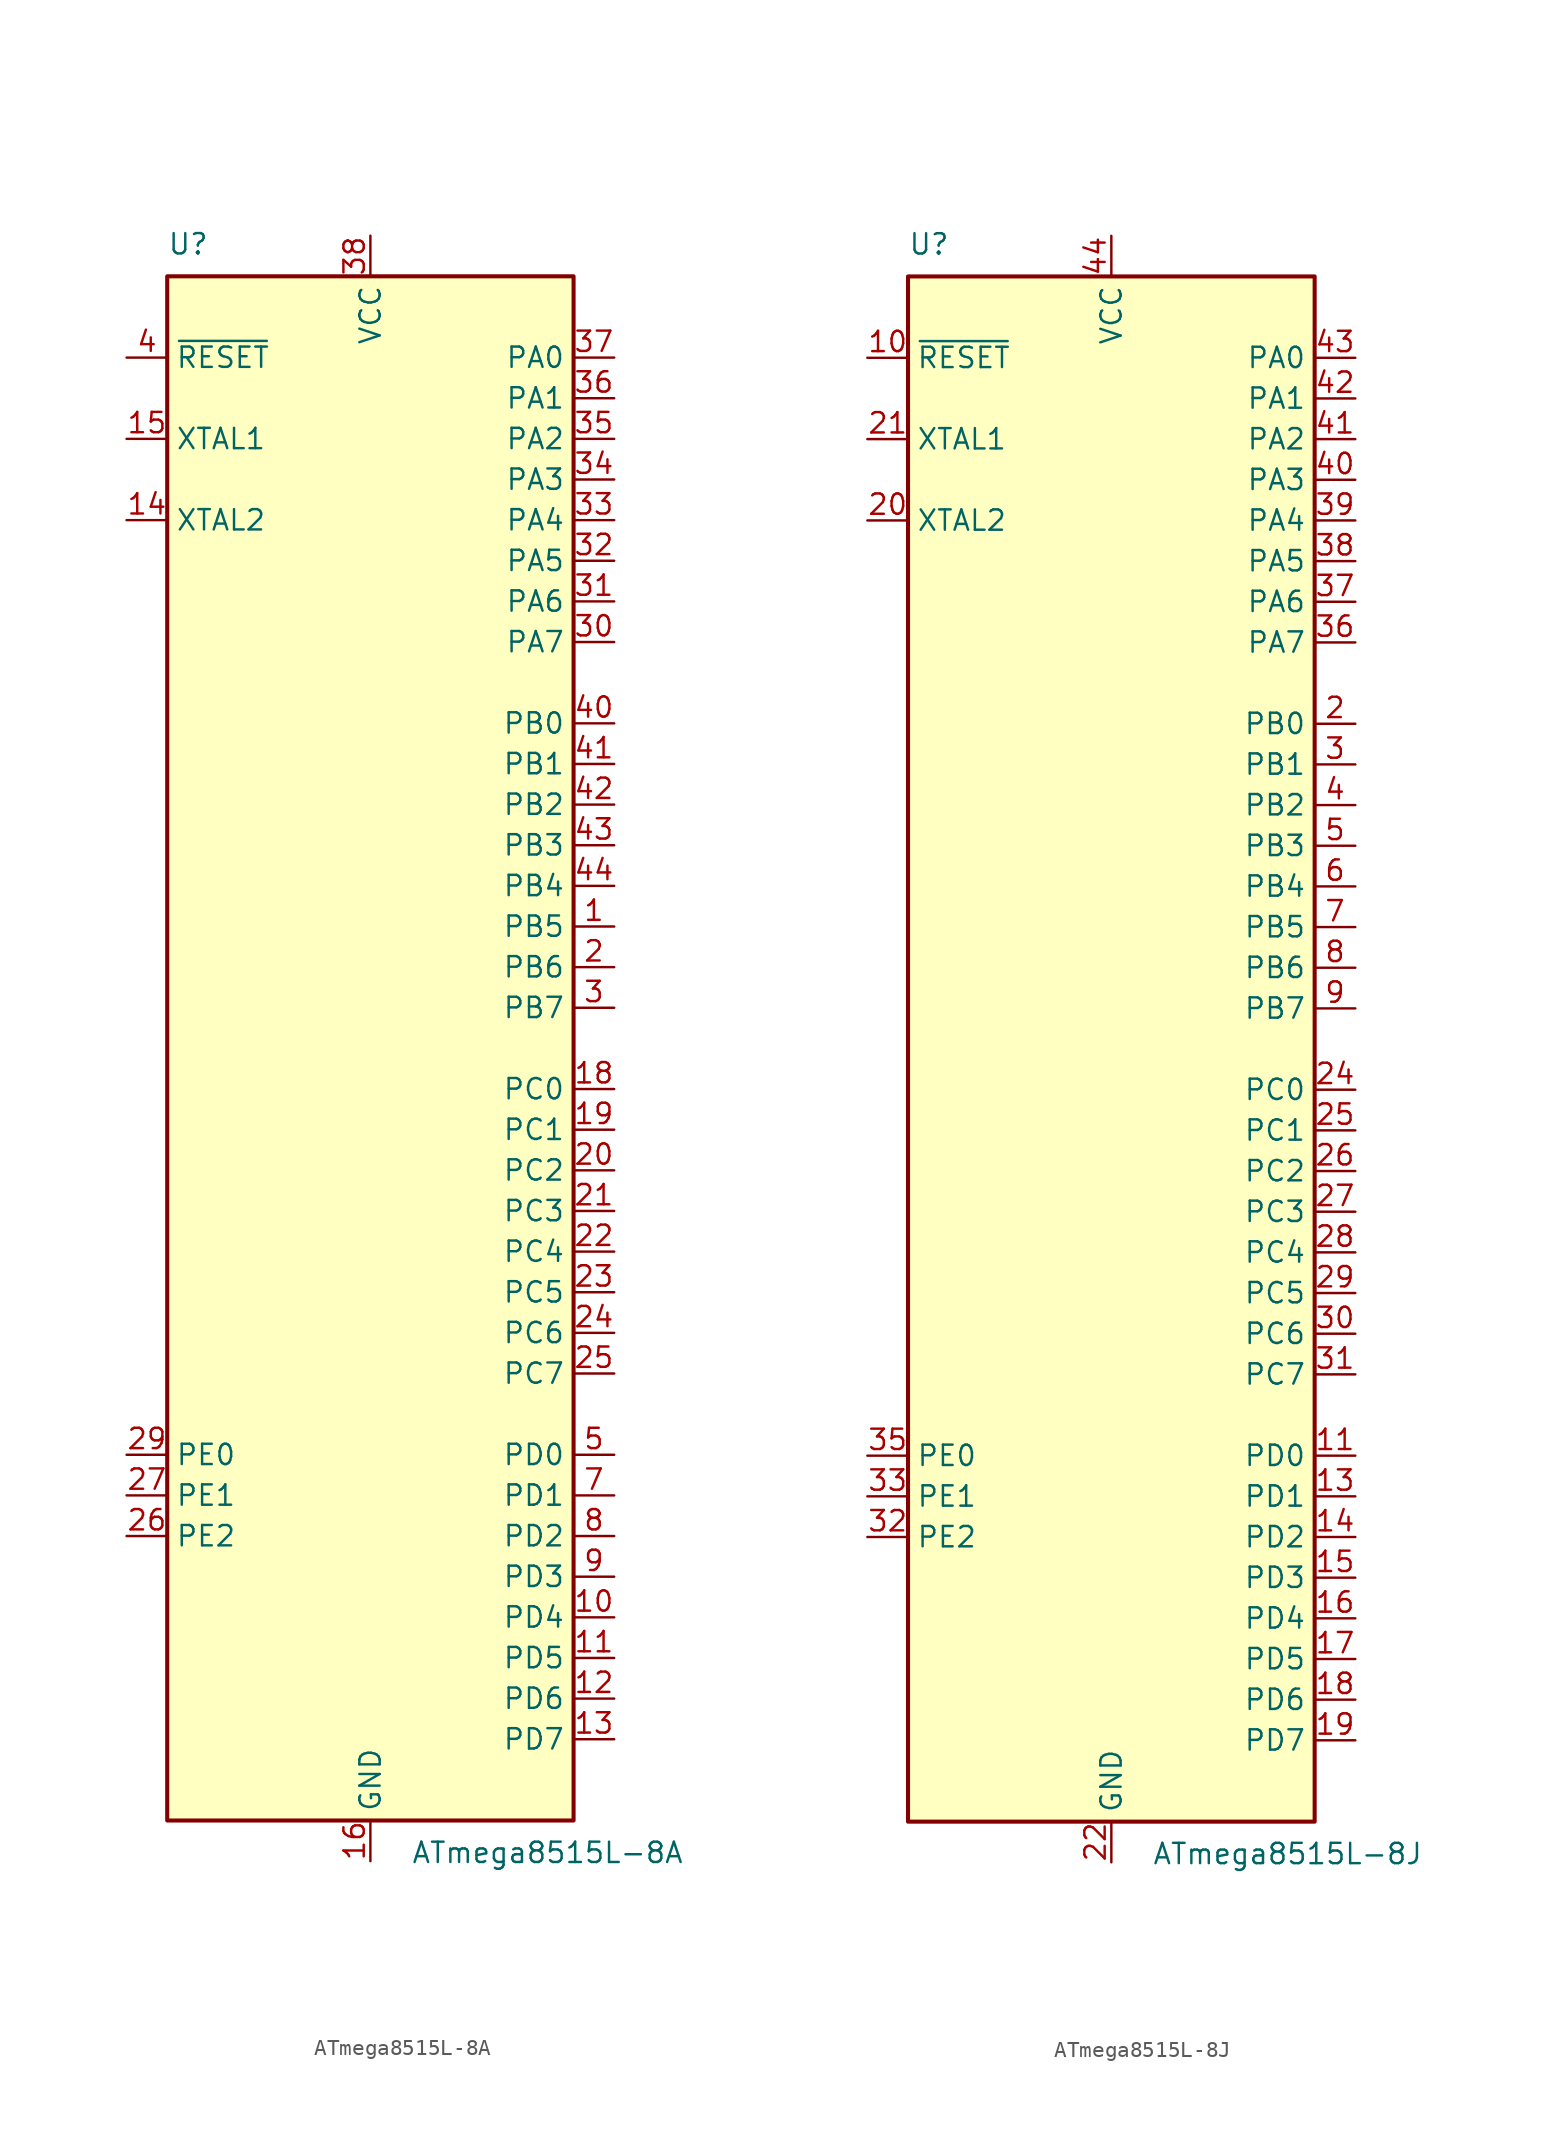
<source format=kicad_sym>
(kicad_symbol_lib
  (version 20200908)
  (generator kicad_symbol_editor)
  (symbol "MCU_Microchip_ATmega:ATmega8515L-8A"
    (property "Reference" "U"
      (at -12.7 49.53 0)
      (effects (font (size 1.27 1.27)) (justify left bottom)))
    (property "Value" "ATmega8515L-8A"
      (at 2.54 -49.53 0)
      (effects (font (size 1.27 1.27)) (justify left top)))
    (symbol "ATmega8515L-8A_0_1"
      (rectangle (start -12.7 -48.26) (end 12.7 48.26) (stroke (width 0.254)) (fill (type background))))
    (symbol "ATmega8515L-8A_1_1"
      (pin bidirectional line (at 15.24 7.62 180) (length 2.54) (name "PB5" (effects (font (size 1.27 1.27)))) (number "1" (effects (font (size 1.27 1.27)))))
      (pin bidirectional line (at 15.24 -35.56 180) (length 2.54) (name "PD4" (effects (font (size 1.27 1.27)))) (number "10" (effects (font (size 1.27 1.27)))))
      (pin bidirectional line (at 15.24 -38.1 180) (length 2.54) (name "PD5" (effects (font (size 1.27 1.27)))) (number "11" (effects (font (size 1.27 1.27)))))
      (pin bidirectional line (at 15.24 -40.64 180) (length 2.54) (name "PD6" (effects (font (size 1.27 1.27)))) (number "12" (effects (font (size 1.27 1.27)))))
      (pin bidirectional line (at 15.24 -43.18 180) (length 2.54) (name "PD7" (effects (font (size 1.27 1.27)))) (number "13" (effects (font (size 1.27 1.27)))))
      (pin output line (at -15.24 33.02 0) (length 2.54) (name "XTAL2" (effects (font (size 1.27 1.27)))) (number "14" (effects (font (size 1.27 1.27)))))
      (pin input line (at -15.24 38.1 0) (length 2.54) (name "XTAL1" (effects (font (size 1.27 1.27)))) (number "15" (effects (font (size 1.27 1.27)))))
      (pin power_in line (at 0 -50.8 90) (length 2.54) (name "GND" (effects (font (size 1.27 1.27)))) (number "16" (effects (font (size 1.27 1.27)))))
      (pin unconnected line (at -12.7 -40.64 0) (length 2.54) hide (name "NC" (effects (font (size 1.27 1.27)))) (number "17" (effects (font (size 1.27 1.27)))))
      (pin bidirectional line (at 15.24 -2.54 180) (length 2.54) (name "PC0" (effects (font (size 1.27 1.27)))) (number "18" (effects (font (size 1.27 1.27)))))
      (pin bidirectional line (at 15.24 -5.08 180) (length 2.54) (name "PC1" (effects (font (size 1.27 1.27)))) (number "19" (effects (font (size 1.27 1.27)))))
      (pin bidirectional line (at 15.24 5.08 180) (length 2.54) (name "PB6" (effects (font (size 1.27 1.27)))) (number "2" (effects (font (size 1.27 1.27)))))
      (pin bidirectional line (at 15.24 -7.62 180) (length 2.54) (name "PC2" (effects (font (size 1.27 1.27)))) (number "20" (effects (font (size 1.27 1.27)))))
      (pin bidirectional line (at 15.24 -10.16 180) (length 2.54) (name "PC3" (effects (font (size 1.27 1.27)))) (number "21" (effects (font (size 1.27 1.27)))))
      (pin bidirectional line (at 15.24 -12.7 180) (length 2.54) (name "PC4" (effects (font (size 1.27 1.27)))) (number "22" (effects (font (size 1.27 1.27)))))
      (pin bidirectional line (at 15.24 -15.24 180) (length 2.54) (name "PC5" (effects (font (size 1.27 1.27)))) (number "23" (effects (font (size 1.27 1.27)))))
      (pin bidirectional line (at 15.24 -17.78 180) (length 2.54) (name "PC6" (effects (font (size 1.27 1.27)))) (number "24" (effects (font (size 1.27 1.27)))))
      (pin bidirectional line (at 15.24 -20.32 180) (length 2.54) (name "PC7" (effects (font (size 1.27 1.27)))) (number "25" (effects (font (size 1.27 1.27)))))
      (pin bidirectional line (at -15.24 -30.48 0) (length 2.54) (name "PE2" (effects (font (size 1.27 1.27)))) (number "26" (effects (font (size 1.27 1.27)))))
      (pin bidirectional line (at -15.24 -27.94 0) (length 2.54) (name "PE1" (effects (font (size 1.27 1.27)))) (number "27" (effects (font (size 1.27 1.27)))))
      (pin unconnected line (at -12.7 -43.18 0) (length 2.54) hide (name "NC" (effects (font (size 1.27 1.27)))) (number "28" (effects (font (size 1.27 1.27)))))
      (pin bidirectional line (at -15.24 -25.4 0) (length 2.54) (name "PE0" (effects (font (size 1.27 1.27)))) (number "29" (effects (font (size 1.27 1.27)))))
      (pin bidirectional line (at 15.24 2.54 180) (length 2.54) (name "PB7" (effects (font (size 1.27 1.27)))) (number "3" (effects (font (size 1.27 1.27)))))
      (pin bidirectional line (at 15.24 25.4 180) (length 2.54) (name "PA7" (effects (font (size 1.27 1.27)))) (number "30" (effects (font (size 1.27 1.27)))))
      (pin bidirectional line (at 15.24 27.94 180) (length 2.54) (name "PA6" (effects (font (size 1.27 1.27)))) (number "31" (effects (font (size 1.27 1.27)))))
      (pin bidirectional line (at 15.24 30.48 180) (length 2.54) (name "PA5" (effects (font (size 1.27 1.27)))) (number "32" (effects (font (size 1.27 1.27)))))
      (pin bidirectional line (at 15.24 33.02 180) (length 2.54) (name "PA4" (effects (font (size 1.27 1.27)))) (number "33" (effects (font (size 1.27 1.27)))))
      (pin bidirectional line (at 15.24 35.56 180) (length 2.54) (name "PA3" (effects (font (size 1.27 1.27)))) (number "34" (effects (font (size 1.27 1.27)))))
      (pin bidirectional line (at 15.24 38.1 180) (length 2.54) (name "PA2" (effects (font (size 1.27 1.27)))) (number "35" (effects (font (size 1.27 1.27)))))
      (pin bidirectional line (at 15.24 40.64 180) (length 2.54) (name "PA1" (effects (font (size 1.27 1.27)))) (number "36" (effects (font (size 1.27 1.27)))))
      (pin bidirectional line (at 15.24 43.18 180) (length 2.54) (name "PA0" (effects (font (size 1.27 1.27)))) (number "37" (effects (font (size 1.27 1.27)))))
      (pin power_in line (at 0 50.8 270) (length 2.54) (name "VCC" (effects (font (size 1.27 1.27)))) (number "38" (effects (font (size 1.27 1.27)))))
      (pin unconnected line (at -12.7 -45.72 0) (length 2.54) hide (name "NC" (effects (font (size 1.27 1.27)))) (number "39" (effects (font (size 1.27 1.27)))))
      (pin input line (at -15.24 43.18 0) (length 2.54) (name "~RESET" (effects (font (size 1.27 1.27)))) (number "4" (effects (font (size 1.27 1.27)))))
      (pin bidirectional line (at 15.24 20.32 180) (length 2.54) (name "PB0" (effects (font (size 1.27 1.27)))) (number "40" (effects (font (size 1.27 1.27)))))
      (pin bidirectional line (at 15.24 17.78 180) (length 2.54) (name "PB1" (effects (font (size 1.27 1.27)))) (number "41" (effects (font (size 1.27 1.27)))))
      (pin bidirectional line (at 15.24 15.24 180) (length 2.54) (name "PB2" (effects (font (size 1.27 1.27)))) (number "42" (effects (font (size 1.27 1.27)))))
      (pin bidirectional line (at 15.24 12.7 180) (length 2.54) (name "PB3" (effects (font (size 1.27 1.27)))) (number "43" (effects (font (size 1.27 1.27)))))
      (pin bidirectional line (at 15.24 10.16 180) (length 2.54) (name "PB4" (effects (font (size 1.27 1.27)))) (number "44" (effects (font (size 1.27 1.27)))))
      (pin bidirectional line (at 15.24 -25.4 180) (length 2.54) (name "PD0" (effects (font (size 1.27 1.27)))) (number "5" (effects (font (size 1.27 1.27)))))
      (pin unconnected line (at -12.7 -38.1 0) (length 2.54) hide (name "NC" (effects (font (size 1.27 1.27)))) (number "6" (effects (font (size 1.27 1.27)))))
      (pin bidirectional line (at 15.24 -27.94 180) (length 2.54) (name "PD1" (effects (font (size 1.27 1.27)))) (number "7" (effects (font (size 1.27 1.27)))))
      (pin bidirectional line (at 15.24 -30.48 180) (length 2.54) (name "PD2" (effects (font (size 1.27 1.27)))) (number "8" (effects (font (size 1.27 1.27)))))
      (pin bidirectional line (at 15.24 -33.02 180) (length 2.54) (name "PD3" (effects (font (size 1.27 1.27)))) (number "9" (effects (font (size 1.27 1.27)))))))
  (symbol "MCU_Microchip_ATmega:ATmega8515L-8J"
    (property "Reference" "U"
      (at -12.7 49.53 0)
      (effects (font (size 1.27 1.27)) (justify left bottom)))
    (property "Value" "ATmega8515L-8J"
      (at 2.54 -49.53 0)
      (effects (font (size 1.27 1.27)) (justify left top)))
    (symbol "ATmega8515L-8J_0_1"
      (rectangle (start -12.7 -48.26) (end 12.7 48.26) (stroke (width 0.254)) (fill (type background))))
    (symbol "ATmega8515L-8J_1_1"
      (pin unconnected line (at -12.7 -38.1 0) (length 2.54) hide (name "NC" (effects (font (size 1.27 1.27)))) (number "1" (effects (font (size 1.27 1.27)))))
      (pin input line (at -15.24 43.18 0) (length 2.54) (name "~RESET" (effects (font (size 1.27 1.27)))) (number "10" (effects (font (size 1.27 1.27)))))
      (pin bidirectional line (at 15.24 -25.4 180) (length 2.54) (name "PD0" (effects (font (size 1.27 1.27)))) (number "11" (effects (font (size 1.27 1.27)))))
      (pin unconnected line (at -12.7 -40.64 0) (length 2.54) hide (name "NC" (effects (font (size 1.27 1.27)))) (number "12" (effects (font (size 1.27 1.27)))))
      (pin bidirectional line (at 15.24 -27.94 180) (length 2.54) (name "PD1" (effects (font (size 1.27 1.27)))) (number "13" (effects (font (size 1.27 1.27)))))
      (pin bidirectional line (at 15.24 -30.48 180) (length 2.54) (name "PD2" (effects (font (size 1.27 1.27)))) (number "14" (effects (font (size 1.27 1.27)))))
      (pin bidirectional line (at 15.24 -33.02 180) (length 2.54) (name "PD3" (effects (font (size 1.27 1.27)))) (number "15" (effects (font (size 1.27 1.27)))))
      (pin bidirectional line (at 15.24 -35.56 180) (length 2.54) (name "PD4" (effects (font (size 1.27 1.27)))) (number "16" (effects (font (size 1.27 1.27)))))
      (pin bidirectional line (at 15.24 -38.1 180) (length 2.54) (name "PD5" (effects (font (size 1.27 1.27)))) (number "17" (effects (font (size 1.27 1.27)))))
      (pin bidirectional line (at 15.24 -40.64 180) (length 2.54) (name "PD6" (effects (font (size 1.27 1.27)))) (number "18" (effects (font (size 1.27 1.27)))))
      (pin bidirectional line (at 15.24 -43.18 180) (length 2.54) (name "PD7" (effects (font (size 1.27 1.27)))) (number "19" (effects (font (size 1.27 1.27)))))
      (pin bidirectional line (at 15.24 20.32 180) (length 2.54) (name "PB0" (effects (font (size 1.27 1.27)))) (number "2" (effects (font (size 1.27 1.27)))))
      (pin output line (at -15.24 33.02 0) (length 2.54) (name "XTAL2" (effects (font (size 1.27 1.27)))) (number "20" (effects (font (size 1.27 1.27)))))
      (pin input line (at -15.24 38.1 0) (length 2.54) (name "XTAL1" (effects (font (size 1.27 1.27)))) (number "21" (effects (font (size 1.27 1.27)))))
      (pin power_in line (at 0 -50.8 90) (length 2.54) (name "GND" (effects (font (size 1.27 1.27)))) (number "22" (effects (font (size 1.27 1.27)))))
      (pin unconnected line (at -12.7 -43.18 0) (length 2.54) hide (name "NC" (effects (font (size 1.27 1.27)))) (number "23" (effects (font (size 1.27 1.27)))))
      (pin bidirectional line (at 15.24 -2.54 180) (length 2.54) (name "PC0" (effects (font (size 1.27 1.27)))) (number "24" (effects (font (size 1.27 1.27)))))
      (pin bidirectional line (at 15.24 -5.08 180) (length 2.54) (name "PC1" (effects (font (size 1.27 1.27)))) (number "25" (effects (font (size 1.27 1.27)))))
      (pin bidirectional line (at 15.24 -7.62 180) (length 2.54) (name "PC2" (effects (font (size 1.27 1.27)))) (number "26" (effects (font (size 1.27 1.27)))))
      (pin bidirectional line (at 15.24 -10.16 180) (length 2.54) (name "PC3" (effects (font (size 1.27 1.27)))) (number "27" (effects (font (size 1.27 1.27)))))
      (pin bidirectional line (at 15.24 -12.7 180) (length 2.54) (name "PC4" (effects (font (size 1.27 1.27)))) (number "28" (effects (font (size 1.27 1.27)))))
      (pin bidirectional line (at 15.24 -15.24 180) (length 2.54) (name "PC5" (effects (font (size 1.27 1.27)))) (number "29" (effects (font (size 1.27 1.27)))))
      (pin bidirectional line (at 15.24 17.78 180) (length 2.54) (name "PB1" (effects (font (size 1.27 1.27)))) (number "3" (effects (font (size 1.27 1.27)))))
      (pin bidirectional line (at 15.24 -17.78 180) (length 2.54) (name "PC6" (effects (font (size 1.27 1.27)))) (number "30" (effects (font (size 1.27 1.27)))))
      (pin bidirectional line (at 15.24 -20.32 180) (length 2.54) (name "PC7" (effects (font (size 1.27 1.27)))) (number "31" (effects (font (size 1.27 1.27)))))
      (pin bidirectional line (at -15.24 -30.48 0) (length 2.54) (name "PE2" (effects (font (size 1.27 1.27)))) (number "32" (effects (font (size 1.27 1.27)))))
      (pin bidirectional line (at -15.24 -27.94 0) (length 2.54) (name "PE1" (effects (font (size 1.27 1.27)))) (number "33" (effects (font (size 1.27 1.27)))))
      (pin unconnected line (at -12.7 -45.72 0) (length 2.54) hide (name "NC" (effects (font (size 1.27 1.27)))) (number "34" (effects (font (size 1.27 1.27)))))
      (pin bidirectional line (at -15.24 -25.4 0) (length 2.54) (name "PE0" (effects (font (size 1.27 1.27)))) (number "35" (effects (font (size 1.27 1.27)))))
      (pin bidirectional line (at 15.24 25.4 180) (length 2.54) (name "PA7" (effects (font (size 1.27 1.27)))) (number "36" (effects (font (size 1.27 1.27)))))
      (pin bidirectional line (at 15.24 27.94 180) (length 2.54) (name "PA6" (effects (font (size 1.27 1.27)))) (number "37" (effects (font (size 1.27 1.27)))))
      (pin bidirectional line (at 15.24 30.48 180) (length 2.54) (name "PA5" (effects (font (size 1.27 1.27)))) (number "38" (effects (font (size 1.27 1.27)))))
      (pin bidirectional line (at 15.24 33.02 180) (length 2.54) (name "PA4" (effects (font (size 1.27 1.27)))) (number "39" (effects (font (size 1.27 1.27)))))
      (pin bidirectional line (at 15.24 15.24 180) (length 2.54) (name "PB2" (effects (font (size 1.27 1.27)))) (number "4" (effects (font (size 1.27 1.27)))))
      (pin bidirectional line (at 15.24 35.56 180) (length 2.54) (name "PA3" (effects (font (size 1.27 1.27)))) (number "40" (effects (font (size 1.27 1.27)))))
      (pin bidirectional line (at 15.24 38.1 180) (length 2.54) (name "PA2" (effects (font (size 1.27 1.27)))) (number "41" (effects (font (size 1.27 1.27)))))
      (pin bidirectional line (at 15.24 40.64 180) (length 2.54) (name "PA1" (effects (font (size 1.27 1.27)))) (number "42" (effects (font (size 1.27 1.27)))))
      (pin bidirectional line (at 15.24 43.18 180) (length 2.54) (name "PA0" (effects (font (size 1.27 1.27)))) (number "43" (effects (font (size 1.27 1.27)))))
      (pin power_in line (at 0 50.8 270) (length 2.54) (name "VCC" (effects (font (size 1.27 1.27)))) (number "44" (effects (font (size 1.27 1.27)))))
      (pin bidirectional line (at 15.24 12.7 180) (length 2.54) (name "PB3" (effects (font (size 1.27 1.27)))) (number "5" (effects (font (size 1.27 1.27)))))
      (pin bidirectional line (at 15.24 10.16 180) (length 2.54) (name "PB4" (effects (font (size 1.27 1.27)))) (number "6" (effects (font (size 1.27 1.27)))))
      (pin bidirectional line (at 15.24 7.62 180) (length 2.54) (name "PB5" (effects (font (size 1.27 1.27)))) (number "7" (effects (font (size 1.27 1.27)))))
      (pin bidirectional line (at 15.24 5.08 180) (length 2.54) (name "PB6" (effects (font (size 1.27 1.27)))) (number "8" (effects (font (size 1.27 1.27)))))
      (pin bidirectional line (at 15.24 2.54 180) (length 2.54) (name "PB7" (effects (font (size 1.27 1.27)))) (number "9" (effects (font (size 1.27 1.27))))))))
</source>
